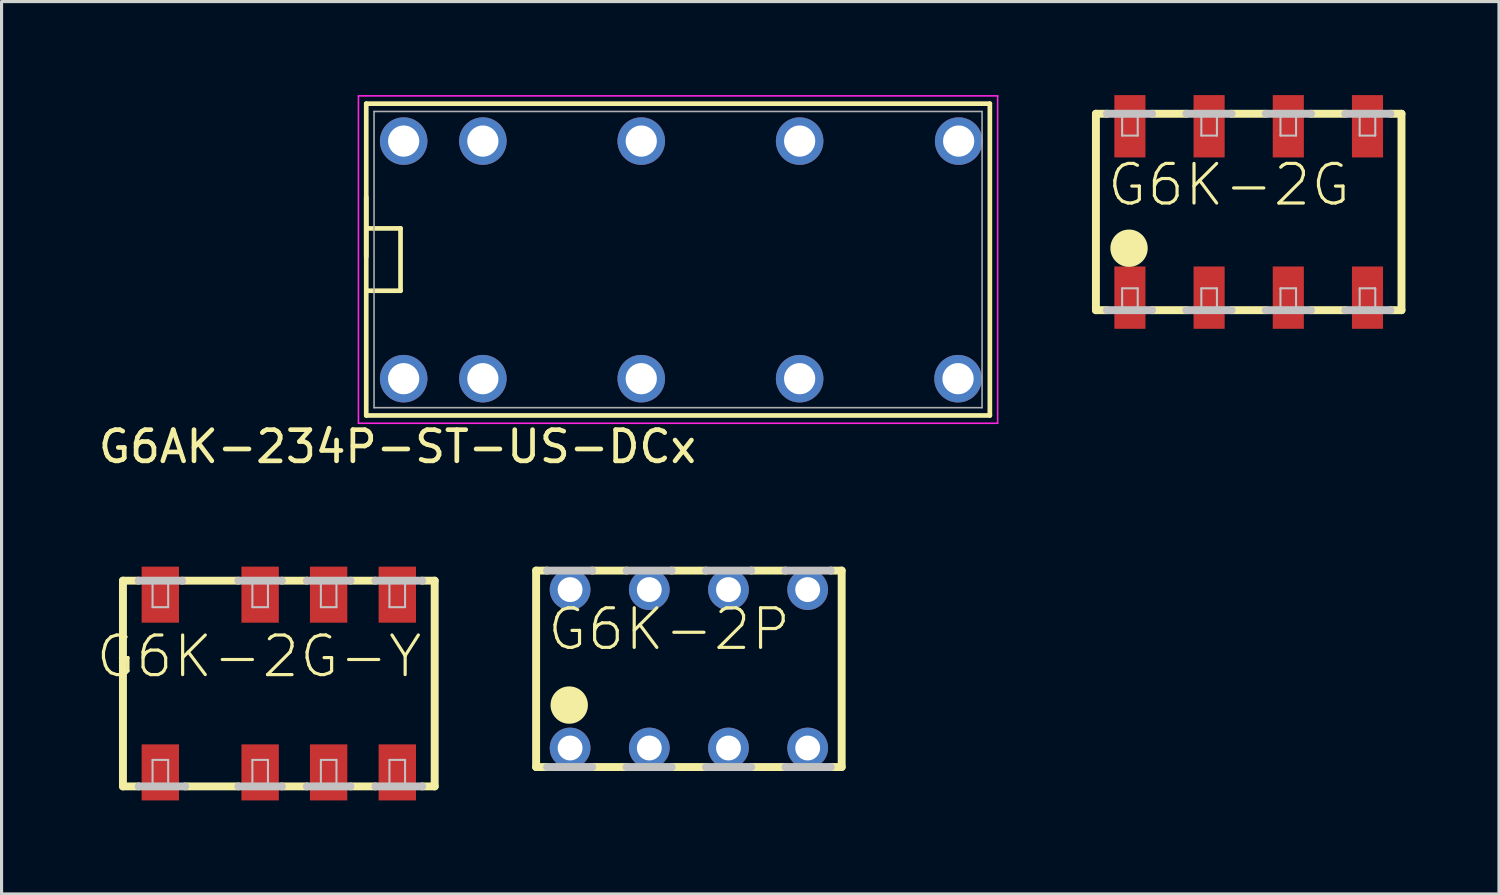
<source format=kicad_pcb>
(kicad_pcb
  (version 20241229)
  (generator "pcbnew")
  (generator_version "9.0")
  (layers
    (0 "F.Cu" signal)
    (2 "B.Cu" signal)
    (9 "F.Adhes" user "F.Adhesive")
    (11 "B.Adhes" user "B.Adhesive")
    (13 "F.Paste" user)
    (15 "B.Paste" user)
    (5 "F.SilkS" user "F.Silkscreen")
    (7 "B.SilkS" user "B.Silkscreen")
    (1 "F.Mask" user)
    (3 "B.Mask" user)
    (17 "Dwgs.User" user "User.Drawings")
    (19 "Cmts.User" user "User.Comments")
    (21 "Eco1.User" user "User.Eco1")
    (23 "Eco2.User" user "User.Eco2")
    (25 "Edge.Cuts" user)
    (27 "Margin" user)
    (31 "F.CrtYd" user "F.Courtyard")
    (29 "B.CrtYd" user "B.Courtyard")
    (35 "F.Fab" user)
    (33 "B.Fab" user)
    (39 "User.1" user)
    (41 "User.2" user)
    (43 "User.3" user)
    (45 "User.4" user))
  (footprint "G6K-2G-Y"
    (layer "F.Cu")
    (at 5.892 18.872)
    (property "Reference" "G6K-2G-Y" (at -0.635 -0.869 0) (layer "F.SilkS") (effects (font (size 1.27 1.27) (thickness 0.102))))
    (attr smd)
    (fp_line (start -4.999 -3.299) (end -4.498 -3.299) (stroke (width 0.254) (type solid)) (layer "F.SilkS"))
    (fp_line (start -4.999 3.299) (end -4.999 -3.299) (stroke (width 0.254) (type solid)) (layer "F.SilkS"))
    (fp_line (start -4.999 3.299) (end -4.498 3.299) (stroke (width 0.254) (type solid)) (layer "F.SilkS"))
    (fp_line (start -3.099 -3.299) (end -1.298 -3.299) (stroke (width 0.254) (type solid)) (layer "F.SilkS"))
    (fp_line (start -1.298 3.299) (end -3 3.299) (stroke (width 0.254) (type solid)) (layer "F.SilkS"))
    (fp_line (start 0.099 -3.299) (end 0.899 -3.299) (stroke (width 0.254) (type solid)) (layer "F.SilkS"))
    (fp_line (start 0.899 3.299) (end 0.099 3.299) (stroke (width 0.254) (type solid)) (layer "F.SilkS"))
    (fp_line (start 2.299 -3.299) (end 3.099 -3.299) (stroke (width 0.254) (type solid)) (layer "F.SilkS"))
    (fp_line (start 3.099 3.299) (end 2.299 3.299) (stroke (width 0.254) (type solid)) (layer "F.SilkS"))
    (fp_line (start 4.999 -3.299) (end 4.6 -3.299) (stroke (width 0.254) (type solid)) (layer "F.SilkS"))
    (fp_line (start 4.999 -3.299) (end 4.999 3.299) (stroke (width 0.254) (type solid)) (layer "F.SilkS"))
    (fp_line (start 4.999 3.299) (end 4.6 3.299) (stroke (width 0.254) (type solid)) (layer "F.SilkS"))
    (fp_line (start -4.498 -3.299) (end -3.099 -3.299) (stroke (width 0.254) (type solid)) (layer "Dwgs.User"))
    (fp_line (start -4.049 -3.249) (end -3.548 -3.249) (stroke (width 0.066) (type solid)) (layer "Dwgs.User"))
    (fp_line (start -4.049 -2.449) (end -4.049 -3.249) (stroke (width 0.066) (type solid)) (layer "Dwgs.User"))
    (fp_line (start -4.049 -2.449) (end -3.548 -2.449) (stroke (width 0.066) (type solid)) (layer "Dwgs.User"))
    (fp_line (start -4.049 2.449) (end -3.548 2.449) (stroke (width 0.066) (type solid)) (layer "Dwgs.User"))
    (fp_line (start -4.049 3.249) (end -4.049 2.449) (stroke (width 0.066) (type solid)) (layer "Dwgs.User"))
    (fp_line (start -4.049 3.249) (end -3.548 3.249) (stroke (width 0.066) (type solid)) (layer "Dwgs.User"))
    (fp_line (start -3.548 -2.449) (end -3.548 -3.249) (stroke (width 0.066) (type solid)) (layer "Dwgs.User"))
    (fp_line (start -3.548 3.249) (end -3.548 2.449) (stroke (width 0.066) (type solid)) (layer "Dwgs.User"))
    (fp_line (start -3 3.299) (end -4.498 3.299) (stroke (width 0.254) (type solid)) (layer "Dwgs.User"))
    (fp_line (start -1.298 -3.299) (end 0.099 -3.299) (stroke (width 0.254) (type solid)) (layer "Dwgs.User"))
    (fp_line (start -0.848 -3.249) (end -0.348 -3.249) (stroke (width 0.066) (type solid)) (layer "Dwgs.User"))
    (fp_line (start -0.848 -2.449) (end -0.848 -3.249) (stroke (width 0.066) (type solid)) (layer "Dwgs.User"))
    (fp_line (start -0.848 -2.449) (end -0.348 -2.449) (stroke (width 0.066) (type solid)) (layer "Dwgs.User"))
    (fp_line (start -0.848 2.449) (end -0.348 2.449) (stroke (width 0.066) (type solid)) (layer "Dwgs.User"))
    (fp_line (start -0.848 3.249) (end -0.848 2.449) (stroke (width 0.066) (type solid)) (layer "Dwgs.User"))
    (fp_line (start -0.848 3.249) (end -0.348 3.249) (stroke (width 0.066) (type solid)) (layer "Dwgs.User"))
    (fp_line (start -0.348 -2.449) (end -0.348 -3.249) (stroke (width 0.066) (type solid)) (layer "Dwgs.User"))
    (fp_line (start -0.348 3.249) (end -0.348 2.449) (stroke (width 0.066) (type solid)) (layer "Dwgs.User"))
    (fp_line (start 0.099 3.299) (end -1.298 3.299) (stroke (width 0.254) (type solid)) (layer "Dwgs.User"))
    (fp_line (start 0.899 -3.299) (end 2.299 -3.299) (stroke (width 0.254) (type solid)) (layer "Dwgs.User"))
    (fp_line (start 1.349 -3.249) (end 1.849 -3.249) (stroke (width 0.066) (type solid)) (layer "Dwgs.User"))
    (fp_line (start 1.349 -2.449) (end 1.349 -3.249) (stroke (width 0.066) (type solid)) (layer "Dwgs.User"))
    (fp_line (start 1.349 -2.449) (end 1.849 -2.449) (stroke (width 0.066) (type solid)) (layer "Dwgs.User"))
    (fp_line (start 1.349 2.449) (end 1.849 2.449) (stroke (width 0.066) (type solid)) (layer "Dwgs.User"))
    (fp_line (start 1.349 3.249) (end 1.349 2.449) (stroke (width 0.066) (type solid)) (layer "Dwgs.User"))
    (fp_line (start 1.349 3.249) (end 1.849 3.249) (stroke (width 0.066) (type solid)) (layer "Dwgs.User"))
    (fp_line (start 1.849 -2.449) (end 1.849 -3.249) (stroke (width 0.066) (type solid)) (layer "Dwgs.User"))
    (fp_line (start 1.849 3.249) (end 1.849 2.449) (stroke (width 0.066) (type solid)) (layer "Dwgs.User"))
    (fp_line (start 2.299 3.299) (end 0.899 3.299) (stroke (width 0.254) (type solid)) (layer "Dwgs.User"))
    (fp_line (start 3.099 -3.299) (end 4.6 -3.299) (stroke (width 0.254) (type solid)) (layer "Dwgs.User"))
    (fp_line (start 3.548 -3.249) (end 4.049 -3.249) (stroke (width 0.066) (type solid)) (layer "Dwgs.User"))
    (fp_line (start 3.548 -2.449) (end 3.548 -3.249) (stroke (width 0.066) (type solid)) (layer "Dwgs.User"))
    (fp_line (start 3.548 -2.449) (end 4.049 -2.449) (stroke (width 0.066) (type solid)) (layer "Dwgs.User"))
    (fp_line (start 3.548 2.449) (end 4.049 2.449) (stroke (width 0.066) (type solid)) (layer "Dwgs.User"))
    (fp_line (start 3.548 3.249) (end 3.548 2.449) (stroke (width 0.066) (type solid)) (layer "Dwgs.User"))
    (fp_line (start 3.548 3.249) (end 4.049 3.249) (stroke (width 0.066) (type solid)) (layer "Dwgs.User"))
    (fp_line (start 4.049 -2.449) (end 4.049 -3.249) (stroke (width 0.066) (type solid)) (layer "Dwgs.User"))
    (fp_line (start 4.049 3.249) (end 4.049 2.449) (stroke (width 0.066) (type solid)) (layer "Dwgs.User"))
    (fp_line (start 4.6 3.299) (end 3.099 3.299) (stroke (width 0.254) (type solid)) (layer "Dwgs.User"))
    (pad "1" smd rect (at -3.8 2.85) (size 1.199 1.798) (layers "F.Cu" "F.Mask" "F.Paste"))
    (pad "2" smd rect (at -0.599 2.85) (size 1.199 1.798) (layers "F.Cu" "F.Mask" "F.Paste"))
    (pad "3" smd rect (at 1.598 2.85) (size 1.199 1.798) (layers "F.Cu" "F.Mask" "F.Paste"))
    (pad "4" smd rect (at 3.8 2.85) (size 1.199 1.798) (layers "F.Cu" "F.Mask" "F.Paste"))
    (pad "5" smd rect (at 3.8 -2.85) (size 1.199 1.798) (layers "F.Cu" "F.Mask" "F.Paste"))
    (pad "6" smd rect (at 1.598 -2.85) (size 1.199 1.798) (layers "F.Cu" "F.Mask" "F.Paste"))
    (pad "7" smd rect (at -0.599 -2.85) (size 1.199 1.798) (layers "F.Cu" "F.Mask" "F.Paste"))
    (pad "8" smd rect (at -3.8 -2.85) (size 1.199 1.798) (layers "F.Cu" "F.Mask" "F.Paste")))
  (footprint "G6AK-234P-ST-US-DCx"
    (layer "F.Cu")
    (at 18.696 5.275)
    (property "Reference" "G6AK-234P-ST-US-DCx" (at -9 6 0) (layer "F.SilkS") (effects (font (size 1 1) (thickness 0.15))))
    (attr through_hole)
    (fp_line (start -10 -5) (end 10 -5) (stroke (width 0.15) (type solid)) (layer "F.SilkS"))
    (fp_line (start -10 -2) (end -10 -0.1) (stroke (width 0.15) (type solid)) (layer "F.SilkS"))
    (fp_line (start -10 1) (end -8.9 1) (stroke (width 0.15) (type solid)) (layer "F.SilkS"))
    (fp_line (start -10 5) (end -10 -5) (stroke (width 0.15) (type solid)) (layer "F.SilkS"))
    (fp_line (start -8.9 -1) (end -10 -1) (stroke (width 0.15) (type solid)) (layer "F.SilkS"))
    (fp_line (start -8.9 1) (end -8.9 -1) (stroke (width 0.15) (type solid)) (layer "F.SilkS"))
    (fp_line (start 10 -5) (end 10 5) (stroke (width 0.15) (type solid)) (layer "F.SilkS"))
    (fp_line (start 10 5) (end -10 5) (stroke (width 0.15) (type solid)) (layer "F.SilkS"))
    (fp_line (start -10.25 5.25) (end -10.25 -5.25) (stroke (width 0.05) (type solid)) (layer "F.CrtYd"))
    (fp_line (start -10.25 5.25) (end 10.25 5.25) (stroke (width 0.05) (type solid)) (layer "F.CrtYd"))
    (fp_line (start 10.25 -5.25) (end -10.25 -5.25) (stroke (width 0.05) (type solid)) (layer "F.CrtYd"))
    (fp_line (start 10.25 5.25) (end 10.25 -5.25) (stroke (width 0.05) (type solid)) (layer "F.CrtYd"))
    (fp_line (start -9.75 -4.75) (end -9.75 4.75) (stroke (width 0.05) (type solid)) (layer "F.Fab"))
    (fp_line (start -9.75 4.75) (end 9.75 4.75) (stroke (width 0.05) (type solid)) (layer "F.Fab"))
    (fp_line (start 9.75 -4.75) (end -9.75 -4.75) (stroke (width 0.05) (type solid)) (layer "F.Fab"))
    (fp_line (start 9.75 4.75) (end 9.75 -4.75) (stroke (width 0.05) (type solid)) (layer "F.Fab"))
    (pad "1" thru_hole circle (at -8.8 3.82) (size 1.524 1.524) (drill 1) (layers "*.Cu" "*.Mask"))
    (pad "2" thru_hole circle (at -6.26 3.82) (size 1.524 1.524) (drill 1) (layers "*.Cu" "*.Mask"))
    (pad "4" thru_hole circle (at -1.18 3.82) (size 1.524 1.524) (drill 1) (layers "*.Cu" "*.Mask"))
    (pad "6" thru_hole circle (at 3.9 3.82) (size 1.524 1.524) (drill 1) (layers "*.Cu" "*.Mask"))
    (pad "8" thru_hole circle (at 8.98 3.82) (size 1.524 1.524) (drill 1) (layers "*.Cu" "*.Mask"))
    (pad "9" thru_hole circle (at 9 -3.8) (size 1.524 1.524) (drill 1) (layers "*.Cu" "*.Mask"))
    (pad "11" thru_hole circle (at 3.9 -3.8) (size 1.524 1.524) (drill 1) (layers "*.Cu" "*.Mask"))
    (pad "13" thru_hole circle (at -1.18 -3.8) (size 1.524 1.524) (drill 1) (layers "*.Cu" "*.Mask"))
    (pad "15" thru_hole circle (at -6.26 -3.8) (size 1.524 1.524) (drill 1) (layers "*.Cu" "*.Mask"))
    (pad "16" thru_hole circle (at -8.8 -3.8) (size 1.524 1.524) (drill 1) (layers "*.Cu" "*.Mask")))
  (footprint "G6K-2P"
    (layer "F.Cu")
    (at 17.774 18.4)
    (property "Reference" "G6K-2P" (at 0.635 -1.27 0) (layer "F.SilkS") (effects (font (size 1.27 1.27) (thickness 0.102))))
    (attr exclude_from_pos_files exclude_from_bom)
    (fp_line (start -3.63 -3.15) (end -3.63 3.15) (stroke (width 0.254) (type solid)) (layer "F.SilkS"))
    (fp_line (start -3.63 -3.15) (end -3.279 -3.15) (stroke (width 0.254) (type solid)) (layer "F.SilkS"))
    (fp_line (start -3.63 3.15) (end -3.279 3.15) (stroke (width 0.254) (type solid)) (layer "F.SilkS"))
    (fp_line (start -1.829 -3.15) (end -0.729 -3.15) (stroke (width 0.254) (type solid)) (layer "F.SilkS"))
    (fp_line (start -1.829 3.15) (end -0.729 3.15) (stroke (width 0.254) (type solid)) (layer "F.SilkS"))
    (fp_line (start 0.719 -3.15) (end 1.819 -3.15) (stroke (width 0.254) (type solid)) (layer "F.SilkS"))
    (fp_line (start 0.719 3.15) (end 1.819 3.15) (stroke (width 0.254) (type solid)) (layer "F.SilkS"))
    (fp_line (start 3.269 -3.15) (end 4.369 -3.15) (stroke (width 0.254) (type solid)) (layer "F.SilkS"))
    (fp_line (start 3.269 3.15) (end 4.369 3.15) (stroke (width 0.254) (type solid)) (layer "F.SilkS"))
    (fp_line (start 6.17 -3.15) (end 5.819 -3.15) (stroke (width 0.254) (type solid)) (layer "F.SilkS"))
    (fp_line (start 6.17 3.15) (end 5.819 3.15) (stroke (width 0.254) (type solid)) (layer "F.SilkS"))
    (fp_line (start 6.17 3.15) (end 6.17 -3.15) (stroke (width 0.254) (type solid)) (layer "F.SilkS"))
    (fp_circle (center -2.568 1.163) (end -2.568 0.564) (stroke (width 0) (type solid)) (fill yes) (layer "F.SilkS"))
    (fp_line (start -3.279 -3.15) (end -1.829 -3.15) (stroke (width 0.254) (type solid)) (layer "Dwgs.User"))
    (fp_line (start -3.279 3.15) (end -1.829 3.15) (stroke (width 0.254) (type solid)) (layer "Dwgs.User"))
    (fp_line (start -0.729 -3.15) (end 0.719 -3.15) (stroke (width 0.254) (type solid)) (layer "Dwgs.User"))
    (fp_line (start -0.729 3.15) (end 0.719 3.15) (stroke (width 0.254) (type solid)) (layer "Dwgs.User"))
    (fp_line (start 1.819 -3.15) (end 3.269 -3.15) (stroke (width 0.254) (type solid)) (layer "Dwgs.User"))
    (fp_line (start 1.819 3.15) (end 3.269 3.15) (stroke (width 0.254) (type solid)) (layer "Dwgs.User"))
    (fp_line (start 4.369 -3.15) (end 5.819 -3.15) (stroke (width 0.254) (type solid)) (layer "Dwgs.User"))
    (fp_line (start 4.369 3.15) (end 5.819 3.15) (stroke (width 0.254) (type solid)) (layer "Dwgs.User"))
    (pad "1" thru_hole circle (at -2.54 2.54) (size 1.306 1.306) (drill 0.798) (layers "*.Cu" "*.Paste" "*.Mask"))
    (pad "2" thru_hole circle (at 0 2.54) (size 1.306 1.306) (drill 0.798) (layers "*.Cu" "*.Paste" "*.Mask"))
    (pad "3" thru_hole circle (at 2.54 2.54) (size 1.306 1.306) (drill 0.798) (layers "*.Cu" "*.Paste" "*.Mask"))
    (pad "4" thru_hole circle (at 5.08 2.54) (size 1.306 1.306) (drill 0.798) (layers "*.Cu" "*.Paste" "*.Mask"))
    (pad "5" thru_hole circle (at 5.08 -2.54) (size 1.306 1.306) (drill 0.798) (layers "*.Cu" "*.Paste" "*.Mask"))
    (pad "6" thru_hole circle (at 2.54 -2.54) (size 1.306 1.306) (drill 0.798) (layers "*.Cu" "*.Paste" "*.Mask"))
    (pad "7" thru_hole circle (at 0 -2.54) (size 1.306 1.306) (drill 0.798) (layers "*.Cu" "*.Paste" "*.Mask"))
    (pad "8" thru_hole circle (at -2.54 -2.54) (size 1.306 1.306) (drill 0.798) (layers "*.Cu" "*.Paste" "*.Mask")))
  (footprint "G6K-2G"
    (layer "F.Cu")
    (at 36.998 3.748)
    (property "Reference" "G6K-2G" (at -0.635 -0.869 0) (layer "F.SilkS") (effects (font (size 1.27 1.27) (thickness 0.102))))
    (attr smd)
    (fp_line (start -4.9 -3.15) (end -4.9 3.15) (stroke (width 0.254) (type solid)) (layer "F.SilkS"))
    (fp_line (start -4.9 -3.15) (end -4.549 -3.15) (stroke (width 0.254) (type solid)) (layer "F.SilkS"))
    (fp_line (start -4.9 3.15) (end -4.549 3.15) (stroke (width 0.254) (type solid)) (layer "F.SilkS"))
    (fp_line (start -3.099 -3.15) (end -1.999 -3.15) (stroke (width 0.254) (type solid)) (layer "F.SilkS"))
    (fp_line (start -3.099 3.15) (end -1.999 3.15) (stroke (width 0.254) (type solid)) (layer "F.SilkS"))
    (fp_line (start -0.549 -3.15) (end 0.549 -3.15) (stroke (width 0.254) (type solid)) (layer "F.SilkS"))
    (fp_line (start -0.549 3.15) (end 0.549 3.15) (stroke (width 0.254) (type solid)) (layer "F.SilkS"))
    (fp_line (start 1.999 -3.15) (end 3.099 -3.15) (stroke (width 0.254) (type solid)) (layer "F.SilkS"))
    (fp_line (start 1.999 3.15) (end 3.099 3.15) (stroke (width 0.254) (type solid)) (layer "F.SilkS"))
    (fp_line (start 4.9 -3.15) (end 4.549 -3.15) (stroke (width 0.254) (type solid)) (layer "F.SilkS"))
    (fp_line (start 4.9 3.15) (end 4.549 3.15) (stroke (width 0.254) (type solid)) (layer "F.SilkS"))
    (fp_line (start 4.9 3.15) (end 4.9 -3.15) (stroke (width 0.254) (type solid)) (layer "F.SilkS"))
    (fp_circle (center -3.838 1.163) (end -3.838 0.564) (stroke (width 0) (type solid)) (fill yes) (layer "F.SilkS"))
    (fp_line (start -4.549 -3.15) (end -3.099 -3.15) (stroke (width 0.254) (type solid)) (layer "Dwgs.User"))
    (fp_line (start -4.549 3.15) (end -3.099 3.15) (stroke (width 0.254) (type solid)) (layer "Dwgs.User"))
    (fp_line (start -4.059 -3.15) (end -3.559 -3.15) (stroke (width 0.066) (type solid)) (layer "Dwgs.User"))
    (fp_line (start -4.059 -2.449) (end -4.059 -3.15) (stroke (width 0.066) (type solid)) (layer "Dwgs.User"))
    (fp_line (start -4.059 -2.449) (end -3.559 -2.449) (stroke (width 0.066) (type solid)) (layer "Dwgs.User"))
    (fp_line (start -4.059 2.449) (end -3.559 2.449) (stroke (width 0.066) (type solid)) (layer "Dwgs.User"))
    (fp_line (start -4.059 3.15) (end -4.059 2.449) (stroke (width 0.066) (type solid)) (layer "Dwgs.User"))
    (fp_line (start -4.059 3.15) (end -3.559 3.15) (stroke (width 0.066) (type solid)) (layer "Dwgs.User"))
    (fp_line (start -3.559 -2.449) (end -3.559 -3.15) (stroke (width 0.066) (type solid)) (layer "Dwgs.User"))
    (fp_line (start -3.559 3.15) (end -3.559 2.449) (stroke (width 0.066) (type solid)) (layer "Dwgs.User"))
    (fp_line (start -1.999 -3.15) (end -0.549 -3.15) (stroke (width 0.254) (type solid)) (layer "Dwgs.User"))
    (fp_line (start -1.999 3.15) (end -0.549 3.15) (stroke (width 0.254) (type solid)) (layer "Dwgs.User"))
    (fp_line (start -1.519 -3.15) (end -1.019 -3.15) (stroke (width 0.066) (type solid)) (layer "Dwgs.User"))
    (fp_line (start -1.519 -2.449) (end -1.519 -3.15) (stroke (width 0.066) (type solid)) (layer "Dwgs.User"))
    (fp_line (start -1.519 -2.449) (end -1.019 -2.449) (stroke (width 0.066) (type solid)) (layer "Dwgs.User"))
    (fp_line (start -1.519 2.449) (end -1.019 2.449) (stroke (width 0.066) (type solid)) (layer "Dwgs.User"))
    (fp_line (start -1.519 3.15) (end -1.519 2.449) (stroke (width 0.066) (type solid)) (layer "Dwgs.User"))
    (fp_line (start -1.519 3.15) (end -1.019 3.15) (stroke (width 0.066) (type solid)) (layer "Dwgs.User"))
    (fp_line (start -1.019 -2.449) (end -1.019 -3.15) (stroke (width 0.066) (type solid)) (layer "Dwgs.User"))
    (fp_line (start -1.019 3.15) (end -1.019 2.449) (stroke (width 0.066) (type solid)) (layer "Dwgs.User"))
    (fp_line (start 0.549 -3.15) (end 1.999 -3.15) (stroke (width 0.254) (type solid)) (layer "Dwgs.User"))
    (fp_line (start 0.549 3.15) (end 1.999 3.15) (stroke (width 0.254) (type solid)) (layer "Dwgs.User"))
    (fp_line (start 1.019 -3.15) (end 1.519 -3.15) (stroke (width 0.066) (type solid)) (layer "Dwgs.User"))
    (fp_line (start 1.019 -2.449) (end 1.019 -3.15) (stroke (width 0.066) (type solid)) (layer "Dwgs.User"))
    (fp_line (start 1.019 -2.449) (end 1.519 -2.449) (stroke (width 0.066) (type solid)) (layer "Dwgs.User"))
    (fp_line (start 1.019 2.449) (end 1.519 2.449) (stroke (width 0.066) (type solid)) (layer "Dwgs.User"))
    (fp_line (start 1.019 3.15) (end 1.019 2.449) (stroke (width 0.066) (type solid)) (layer "Dwgs.User"))
    (fp_line (start 1.019 3.15) (end 1.519 3.15) (stroke (width 0.066) (type solid)) (layer "Dwgs.User"))
    (fp_line (start 1.519 -2.449) (end 1.519 -3.15) (stroke (width 0.066) (type solid)) (layer "Dwgs.User"))
    (fp_line (start 1.519 3.15) (end 1.519 2.449) (stroke (width 0.066) (type solid)) (layer "Dwgs.User"))
    (fp_line (start 3.099 -3.15) (end 4.549 -3.15) (stroke (width 0.254) (type solid)) (layer "Dwgs.User"))
    (fp_line (start 3.099 3.15) (end 4.549 3.15) (stroke (width 0.254) (type solid)) (layer "Dwgs.User"))
    (fp_line (start 3.559 -3.15) (end 4.059 -3.15) (stroke (width 0.066) (type solid)) (layer "Dwgs.User"))
    (fp_line (start 3.559 -2.449) (end 3.559 -3.15) (stroke (width 0.066) (type solid)) (layer "Dwgs.User"))
    (fp_line (start 3.559 -2.449) (end 4.059 -2.449) (stroke (width 0.066) (type solid)) (layer "Dwgs.User"))
    (fp_line (start 3.559 2.449) (end 4.059 2.449) (stroke (width 0.066) (type solid)) (layer "Dwgs.User"))
    (fp_line (start 3.559 3.15) (end 3.559 2.449) (stroke (width 0.066) (type solid)) (layer "Dwgs.User"))
    (fp_line (start 3.559 3.15) (end 4.059 3.15) (stroke (width 0.066) (type solid)) (layer "Dwgs.User"))
    (fp_line (start 4.059 -2.449) (end 4.059 -3.15) (stroke (width 0.066) (type solid)) (layer "Dwgs.User"))
    (fp_line (start 4.059 3.15) (end 4.059 2.449) (stroke (width 0.066) (type solid)) (layer "Dwgs.User"))
    (pad "1" smd rect (at -3.81 2.748) (size 0.998 1.999) (layers "F.Cu" "F.Mask" "F.Paste"))
    (pad "2" smd rect (at -1.27 2.748) (size 0.998 1.999) (layers "F.Cu" "F.Mask" "F.Paste"))
    (pad "3" smd rect (at 1.27 2.748) (size 0.998 1.999) (layers "F.Cu" "F.Mask" "F.Paste"))
    (pad "4" smd rect (at 3.81 2.748) (size 0.998 1.999) (layers "F.Cu" "F.Mask" "F.Paste"))
    (pad "5" smd rect (at 3.81 -2.748) (size 0.998 1.999) (layers "F.Cu" "F.Mask" "F.Paste"))
    (pad "6" smd rect (at 1.27 -2.748) (size 0.998 1.999) (layers "F.Cu" "F.Mask" "F.Paste"))
    (pad "7" smd rect (at -1.27 -2.748) (size 0.998 1.999) (layers "F.Cu" "F.Mask" "F.Paste"))
    (pad "8" smd rect (at -3.81 -2.748) (size 0.998 1.999) (layers "F.Cu" "F.Mask" "F.Paste")))
  (gr_rect
    (start -3 -3)
    (end 45.025 25.621)
    (stroke (width 0.1) (type default))
    (fill no)
    (layer "Edge.Cuts")))
</source>
